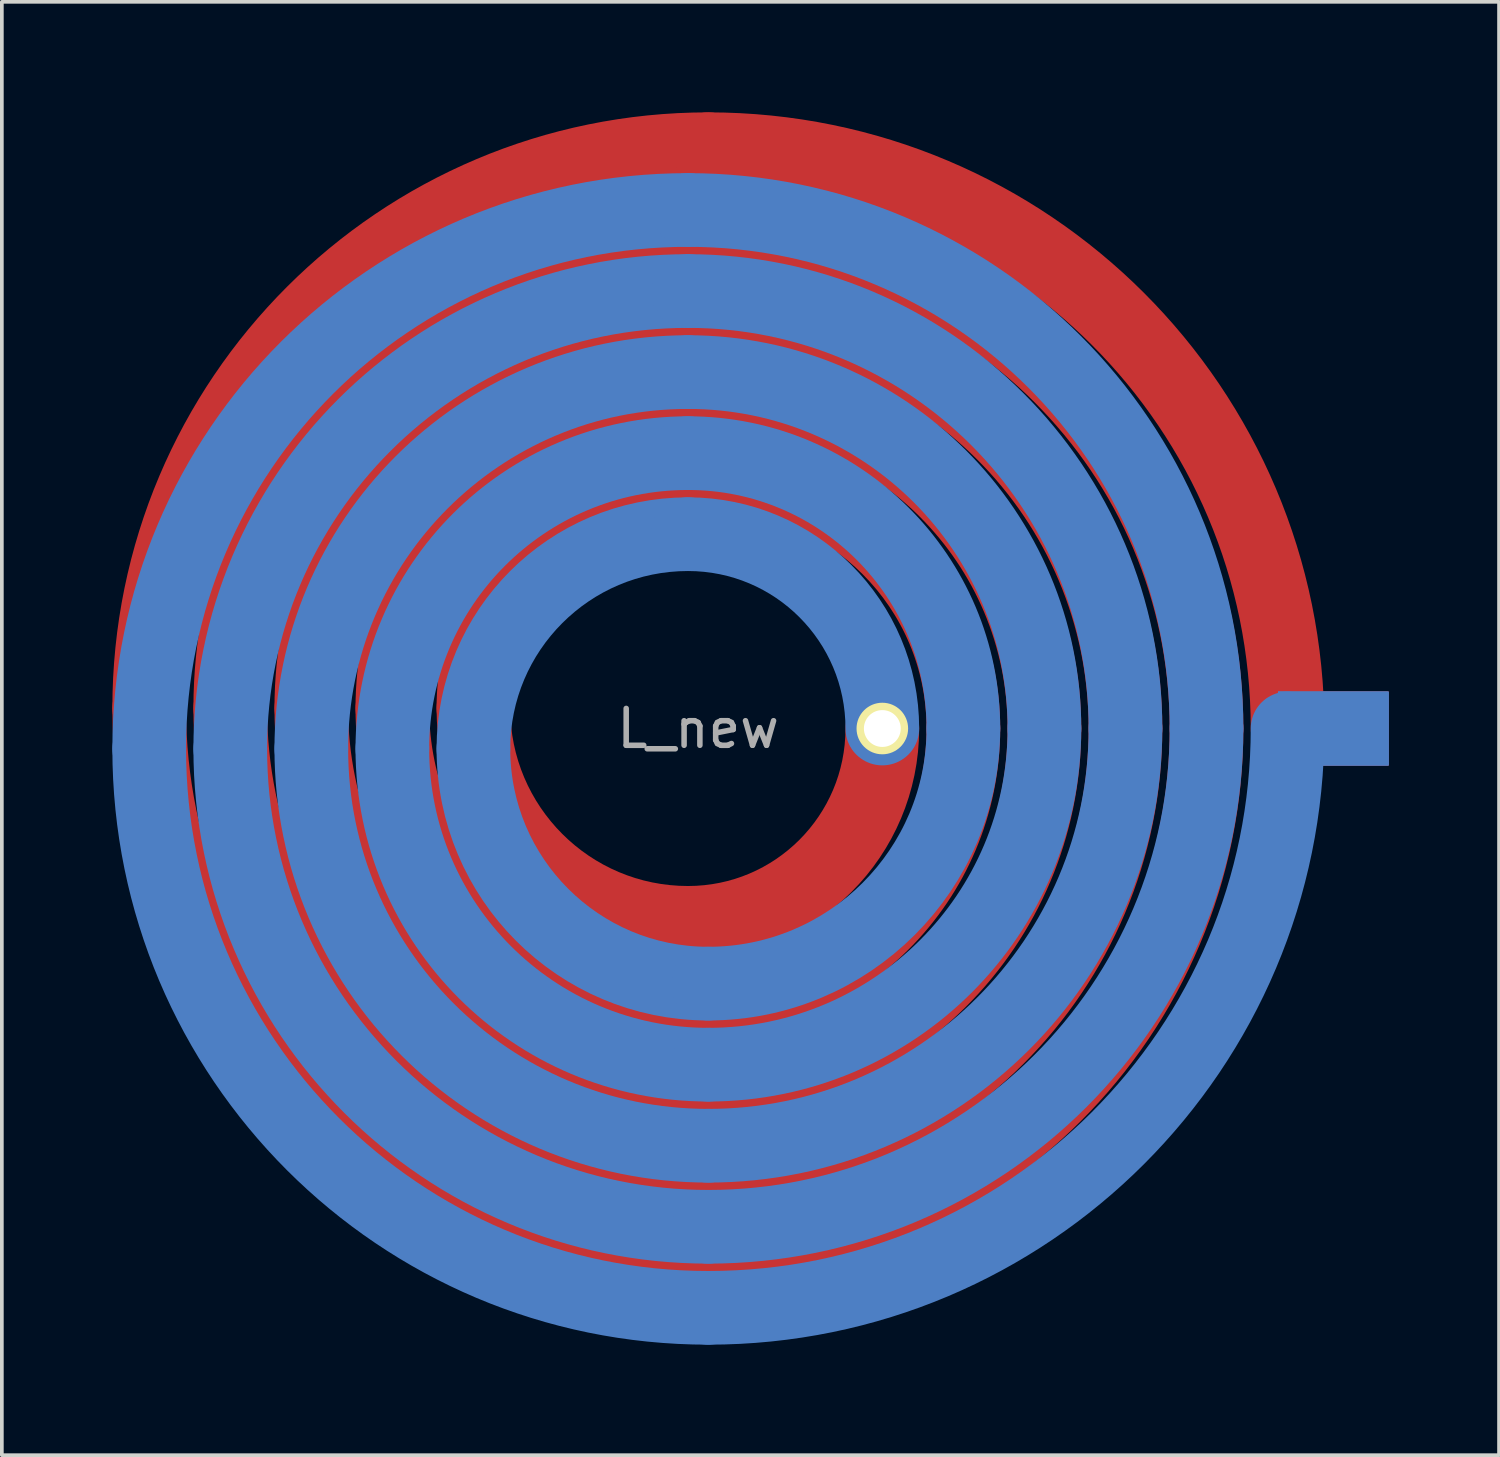
<source format=kicad_pcb>
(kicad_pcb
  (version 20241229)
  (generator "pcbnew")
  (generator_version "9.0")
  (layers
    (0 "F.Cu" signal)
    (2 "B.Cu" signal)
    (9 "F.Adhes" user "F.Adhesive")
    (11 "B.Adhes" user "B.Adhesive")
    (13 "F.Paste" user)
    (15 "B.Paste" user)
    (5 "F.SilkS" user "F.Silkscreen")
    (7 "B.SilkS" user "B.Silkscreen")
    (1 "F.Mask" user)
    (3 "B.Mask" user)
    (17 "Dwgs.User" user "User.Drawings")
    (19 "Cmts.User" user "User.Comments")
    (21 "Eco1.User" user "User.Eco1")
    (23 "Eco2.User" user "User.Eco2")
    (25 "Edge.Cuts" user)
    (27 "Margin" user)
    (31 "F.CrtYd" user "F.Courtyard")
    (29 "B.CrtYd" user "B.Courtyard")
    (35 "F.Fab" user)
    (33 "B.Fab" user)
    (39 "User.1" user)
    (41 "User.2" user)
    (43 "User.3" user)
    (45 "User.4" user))
  (footprint "L_new"
    (layer "F.Cu")
    (at 15.9 16.725)
    (property "Reference" "L_new" (at 0 0 0) (layer "F.Fab") (effects (font (size 1 1) (thickness 0.15))))
    (attr smd)
    (fp_arc (start -14.9 -0.55) (mid -10.455345 -11.280345) (end 0.275 -15.725) (stroke (width 2) (type solid)) (layer "F.Cu"))
    (fp_arc (start -12.7 -0.55) (mid -8.89971 -9.72471) (end 0.275 -13.525) (stroke (width 2) (type solid)) (layer "F.Cu"))
    (fp_arc (start -10.5 -0.55) (mid -7.344076 -8.169076) (end 0.275 -11.325) (stroke (width 2) (type solid)) (layer "F.Cu"))
    (fp_arc (start -8.3 -0.55) (mid -5.788441 -6.613441) (end 0.275 -9.125) (stroke (width 2) (type solid)) (layer "F.Cu"))
    (fp_arc (start -6.1 -0.55) (mid -4.232806 -5.057806) (end 0.275 -6.925) (stroke (width 2) (type solid)) (layer "F.Cu"))
    (fp_arc (start -0.275 5.275) (mid -4.393897 3.568897) (end -6.1 -0.55) (stroke (width 2) (type solid)) (layer "F.Cu"))
    (fp_arc (start -0.275 7.475) (mid -5.949532 5.124532) (end -8.3 -0.55) (stroke (width 2) (type solid)) (layer "F.Cu"))
    (fp_arc (start -0.275 9.675) (mid -7.505167 6.680167) (end -10.5 -0.55) (stroke (width 2) (type solid)) (layer "F.Cu"))
    (fp_arc (start -0.275 11.875) (mid -9.060802 8.235802) (end -12.7 -0.55) (stroke (width 2) (type solid)) (layer "F.Cu"))
    (fp_arc (start -0.275 14.075) (mid -10.616437 9.791437) (end -14.9 -0.55) (stroke (width 2) (type solid)) (layer "F.Cu"))
    (fp_arc (start 0.275 -15.725) (mid 11.394254 -11.119254) (end 16 0) (stroke (width 2) (type solid)) (layer "F.Cu"))
    (fp_arc (start 0.275 -13.525) (mid 9.838619 -9.563619) (end 13.8 0) (stroke (width 2) (type solid)) (layer "F.Cu"))
    (fp_arc (start 0.275 -11.325) (mid 8.282984 -8.007984) (end 11.6 0) (stroke (width 2) (type solid)) (layer "F.Cu"))
    (fp_arc (start 0.275 -9.125) (mid 6.727349 -6.452349) (end 9.4 0) (stroke (width 2) (type solid)) (layer "F.Cu"))
    (fp_arc (start 0.275 -6.925) (mid 5.171714 -4.896714) (end 7.2 0) (stroke (width 2) (type solid)) (layer "F.Cu"))
    (fp_arc (start 5 0) (mid 3.454988 3.729988) (end -0.275 5.275) (stroke (width 2) (type solid)) (layer "F.Cu"))
    (fp_arc (start 7.2 0) (mid 5.010623 5.285623) (end -0.275 7.475) (stroke (width 2) (type solid)) (layer "F.Cu"))
    (fp_arc (start 9.4 0) (mid 6.566258 6.841258) (end -0.275 9.675) (stroke (width 2) (type solid)) (layer "F.Cu"))
    (fp_arc (start 11.6 0) (mid 8.121893 8.396893) (end -0.275 11.875) (stroke (width 2) (type solid)) (layer "F.Cu"))
    (fp_arc (start 13.8 0) (mid 9.677528 9.952528) (end -0.275 14.075) (stroke (width 2) (type solid)) (layer "F.Cu"))
    (fp_arc (start -14.9 -0.55) (mid -10.455346 -11.280345) (end 0.274999 -15.724999) (stroke (width 1.5) (type solid)) (layer "F.Mask"))
    (fp_arc (start -12.7 -0.55) (mid -8.899711 -9.72471) (end 0.274999 -13.524999) (stroke (width 1.5) (type solid)) (layer "F.Mask"))
    (fp_arc (start -10.5 -0.55) (mid -7.344076 -8.169075) (end 0.274999 -11.324999) (stroke (width 1.5) (type solid)) (layer "F.Mask"))
    (fp_arc (start -8.3 -0.55) (mid -5.788441 -6.61344) (end 0.274999 -9.124999) (stroke (width 1.5) (type solid)) (layer "F.Mask"))
    (fp_arc (start -6.1 -0.55) (mid -4.232806 -5.057804) (end 0.274998 -6.924998) (stroke (width 1.5) (type solid)) (layer "F.Mask"))
    (fp_arc (start -0.275 5.275) (mid -4.393896 3.568897) (end -6.099999 -0.549999) (stroke (width 1.5) (type solid)) (layer "F.Mask"))
    (fp_arc (start -0.275 7.475) (mid -5.949531 5.124532) (end -8.299999 -0.549999) (stroke (width 1.5) (type solid)) (layer "F.Mask"))
    (fp_arc (start -0.275 9.675) (mid -7.505165 6.680168) (end -10.499997 -0.549997) (stroke (width 1.5) (type solid)) (layer "F.Mask"))
    (fp_arc (start -0.275 11.875) (mid -9.0608 8.235802) (end -12.699998 -0.549998) (stroke (width 1.5) (type solid)) (layer "F.Mask"))
    (fp_arc (start -0.275 14.075) (mid -10.616436 9.791437) (end -14.899999 -0.549999) (stroke (width 1.5) (type solid)) (layer "F.Mask"))
    (fp_arc (start 0.275 -15.725) (mid 11.394253 -11.119255) (end 15.999998 -0.000002) (stroke (width 1.5) (type solid)) (layer "F.Mask"))
    (fp_arc (start 0.275 -13.525) (mid 9.838619 -9.563619) (end 13.8 0) (stroke (width 1.5) (type solid)) (layer "F.Mask"))
    (fp_arc (start 0.275 -11.325) (mid 8.282984 -8.007984) (end 11.6 0) (stroke (width 1.5) (type solid)) (layer "F.Mask"))
    (fp_arc (start 0.275 -9.125) (mid 6.727349 -6.45235) (end 9.399999 -0.000001) (stroke (width 1.5) (type solid)) (layer "F.Mask"))
    (fp_arc (start 0.275 -6.925) (mid 5.171714 -4.896715) (end 7.199999 -0.000001) (stroke (width 1.5) (type solid)) (layer "F.Mask"))
    (fp_arc (start 5 0) (mid 3.454988 3.729988) (end -0.275 5.275) (stroke (width 1.5) (type solid)) (layer "F.Mask"))
    (fp_arc (start 7.2 0) (mid 5.010624 5.285622) (end -0.274998 7.474998) (stroke (width 1.5) (type solid)) (layer "F.Mask"))
    (fp_arc (start 9.4 0) (mid 6.566259 6.841257) (end -0.274998 9.674998) (stroke (width 1.5) (type solid)) (layer "F.Mask"))
    (fp_arc (start 11.6 0) (mid 8.121893 8.396892) (end -0.274999 11.874999) (stroke (width 1.5) (type solid)) (layer "F.Mask"))
    (fp_arc (start 13.8 0) (mid 9.677528 9.952527) (end -0.274999 14.074999) (stroke (width 1.5) (type solid)) (layer "F.Mask"))
    (fp_arc (start -14.9 0.55) (mid -10.616437 -9.791437) (end -0.275 -14.075) (stroke (width 2) (type solid)) (layer "B.Cu"))
    (fp_arc (start -12.7 0.55) (mid -9.060802 -8.235802) (end -0.275 -11.875) (stroke (width 2) (type solid)) (layer "B.Cu"))
    (fp_arc (start -10.5 0.55) (mid -7.505167 -6.680167) (end -0.275 -9.675) (stroke (width 2) (type solid)) (layer "B.Cu"))
    (fp_arc (start -8.3 0.55) (mid -5.949532 -5.124532) (end -0.275 -7.475) (stroke (width 2) (type solid)) (layer "B.Cu"))
    (fp_arc (start -6.1 0.55) (mid -4.393897 -3.568897) (end -0.275 -5.275) (stroke (width 2) (type solid)) (layer "B.Cu"))
    (fp_arc (start -0.275 -14.075) (mid 9.677528 -9.952528) (end 13.8 0) (stroke (width 2) (type solid)) (layer "B.Cu"))
    (fp_arc (start -0.275 -11.875) (mid 8.121893 -8.396893) (end 11.6 0) (stroke (width 2) (type solid)) (layer "B.Cu"))
    (fp_arc (start -0.275 -9.675) (mid 6.566258 -6.841258) (end 9.4 0) (stroke (width 2) (type solid)) (layer "B.Cu"))
    (fp_arc (start -0.275 -7.475) (mid 5.010623 -5.285623) (end 7.2 0) (stroke (width 2) (type solid)) (layer "B.Cu"))
    (fp_arc (start -0.275 -5.275) (mid 3.454988 -3.729988) (end 5 0) (stroke (width 2) (type solid)) (layer "B.Cu"))
    (fp_arc (start 0.275 6.925) (mid -4.232806 5.057806) (end -6.1 0.55) (stroke (width 2) (type solid)) (layer "B.Cu"))
    (fp_arc (start 0.275 9.125) (mid -5.788441 6.613441) (end -8.3 0.55) (stroke (width 2) (type solid)) (layer "B.Cu"))
    (fp_arc (start 0.275 11.325) (mid -7.344076 8.169076) (end -10.5 0.55) (stroke (width 2) (type solid)) (layer "B.Cu"))
    (fp_arc (start 0.275 13.525) (mid -8.89971 9.72471) (end -12.7 0.55) (stroke (width 2) (type solid)) (layer "B.Cu"))
    (fp_arc (start 0.275 15.725) (mid -10.455345 11.280345) (end -14.9 0.55) (stroke (width 2) (type solid)) (layer "B.Cu"))
    (fp_arc (start 7.2 0) (mid 5.171714 4.896714) (end 0.275 6.925) (stroke (width 2) (type solid)) (layer "B.Cu"))
    (fp_arc (start 9.4 0) (mid 6.727349 6.452349) (end 0.275 9.125) (stroke (width 2) (type solid)) (layer "B.Cu"))
    (fp_arc (start 11.6 0) (mid 8.282984 8.007984) (end 0.275 11.325) (stroke (width 2) (type solid)) (layer "B.Cu"))
    (fp_arc (start 13.8 0) (mid 9.838619 9.563619) (end 0.275 13.525) (stroke (width 2) (type solid)) (layer "B.Cu"))
    (fp_arc (start 16 0) (mid 11.394254 11.119254) (end 0.275 15.725) (stroke (width 2) (type solid)) (layer "B.Cu"))
    (fp_arc (start -14.900001 0.549999) (mid -10.616437 -9.791437) (end -0.275 -14.075) (stroke (width 1.5) (type solid)) (layer "B.Mask"))
    (fp_arc (start -12.700002 0.549998) (mid -9.060802 -8.235803) (end -0.275 -11.875) (stroke (width 1.5) (type solid)) (layer "B.Mask"))
    (fp_arc (start -10.500003 0.549997) (mid -7.505168 -6.680169) (end -0.275 -9.675) (stroke (width 1.5) (type solid)) (layer "B.Mask"))
    (fp_arc (start -8.300001 0.549999) (mid -5.949532 -5.124533) (end -0.275 -7.475) (stroke (width 1.5) (type solid)) (layer "B.Mask"))
    (fp_arc (start -6.100001 0.549999) (mid -4.393897 -3.568898) (end -0.275 -5.275) (stroke (width 1.5) (type solid)) (layer "B.Mask"))
    (fp_arc (start -0.275 -5.275) (mid 3.454988 -3.729988) (end 5 0) (stroke (width 1.5) (type solid)) (layer "B.Mask"))
    (fp_arc (start -0.274999 -14.075001) (mid 9.677529 -9.952528) (end 13.8 0) (stroke (width 1.5) (type solid)) (layer "B.Mask"))
    (fp_arc (start -0.274999 -11.875001) (mid 8.121894 -8.396893) (end 11.6 0) (stroke (width 1.5) (type solid)) (layer "B.Mask"))
    (fp_arc (start -0.274998 -9.675002) (mid 6.56626 -6.841259) (end 9.4 0) (stroke (width 1.5) (type solid)) (layer "B.Mask"))
    (fp_arc (start -0.274998 -7.475002) (mid 5.010625 -5.285624) (end 7.2 0) (stroke (width 1.5) (type solid)) (layer "B.Mask"))
    (fp_arc (start 0.274998 6.925002) (mid -4.232807 5.057806) (end -6.1 0.55) (stroke (width 1.5) (type solid)) (layer "B.Mask"))
    (fp_arc (start 0.274999 9.125001) (mid -5.788441 6.613441) (end -8.3 0.55) (stroke (width 1.5) (type solid)) (layer "B.Mask"))
    (fp_arc (start 0.274999 11.325001) (mid -7.344076 8.169076) (end -10.5 0.55) (stroke (width 1.5) (type solid)) (layer "B.Mask"))
    (fp_arc (start 0.274999 13.525001) (mid -8.899711 9.724711) (end -12.7 0.55) (stroke (width 1.5) (type solid)) (layer "B.Mask"))
    (fp_arc (start 0.274999 15.725001) (mid -10.455346 11.280346) (end -14.9 0.55) (stroke (width 1.5) (type solid)) (layer "B.Mask"))
    (fp_arc (start 7.200001 0.000001) (mid 5.171715 4.896715) (end 0.275 6.925) (stroke (width 1.5) (type solid)) (layer "B.Mask"))
    (fp_arc (start 9.400001 0.000001) (mid 6.72735 6.45235) (end 0.275 9.125) (stroke (width 1.5) (type solid)) (layer "B.Mask"))
    (fp_arc (start 11.6 0) (mid 8.282984 8.007984) (end 0.275 11.325) (stroke (width 1.5) (type solid)) (layer "B.Mask"))
    (fp_arc (start 13.8 0) (mid 9.838619 9.563619) (end 0.275 13.525) (stroke (width 1.5) (type solid)) (layer "B.Mask"))
    (fp_arc (start 16.000002 0.000002) (mid 11.394255 11.119256) (end 0.275 15.725) (stroke (width 1.5) (type solid)) (layer "B.Mask"))
    (pad "1" smd rect (at 17.24 0) (size 3 2) (layers "*.Mask" "F.Cu" "F.Paste"))
    (pad "1" smd rect (at 17.24 0) (size 3 2) (layers "*.Mask" "F.Cu" "F.Paste"))
    (pad "1" smd rect (at 17.24 0) (size 3 2) (layers "*.Mask" "F.Cu" "F.Paste"))
    (pad "1" smd rect (at 17.24 0) (size 3 2) (layers "*.Mask" "F.Cu" "F.Paste"))
    (pad "2" smd rect (at 17.24 0) (size 3 2) (layers "B.Cu" "B.Mask" "B.Paste"))
    (pad "2" smd rect (at 17.24 0) (size 3 2) (layers "B.Cu" "B.Mask" "B.Paste"))
    (pad "2" smd rect (at 17.24 0) (size 3 2) (layers "B.Cu" "B.Mask" "B.Paste"))
    (pad "2" smd rect (at 17.24 0) (size 3 2) (layers "B.Cu" "B.Mask" "B.Paste"))
    (pad "lc" thru_hole circle (at 5 0) (size 1.4 1.4) (drill 1) (layers "*.Cu" "*.Mask" "F.SilkS")))
  (gr_rect
    (start -3 -3)
    (end 37.64 36.45)
    (stroke (width 0.1) (type default))
    (fill no)
    (layer "Edge.Cuts")))
</source>
